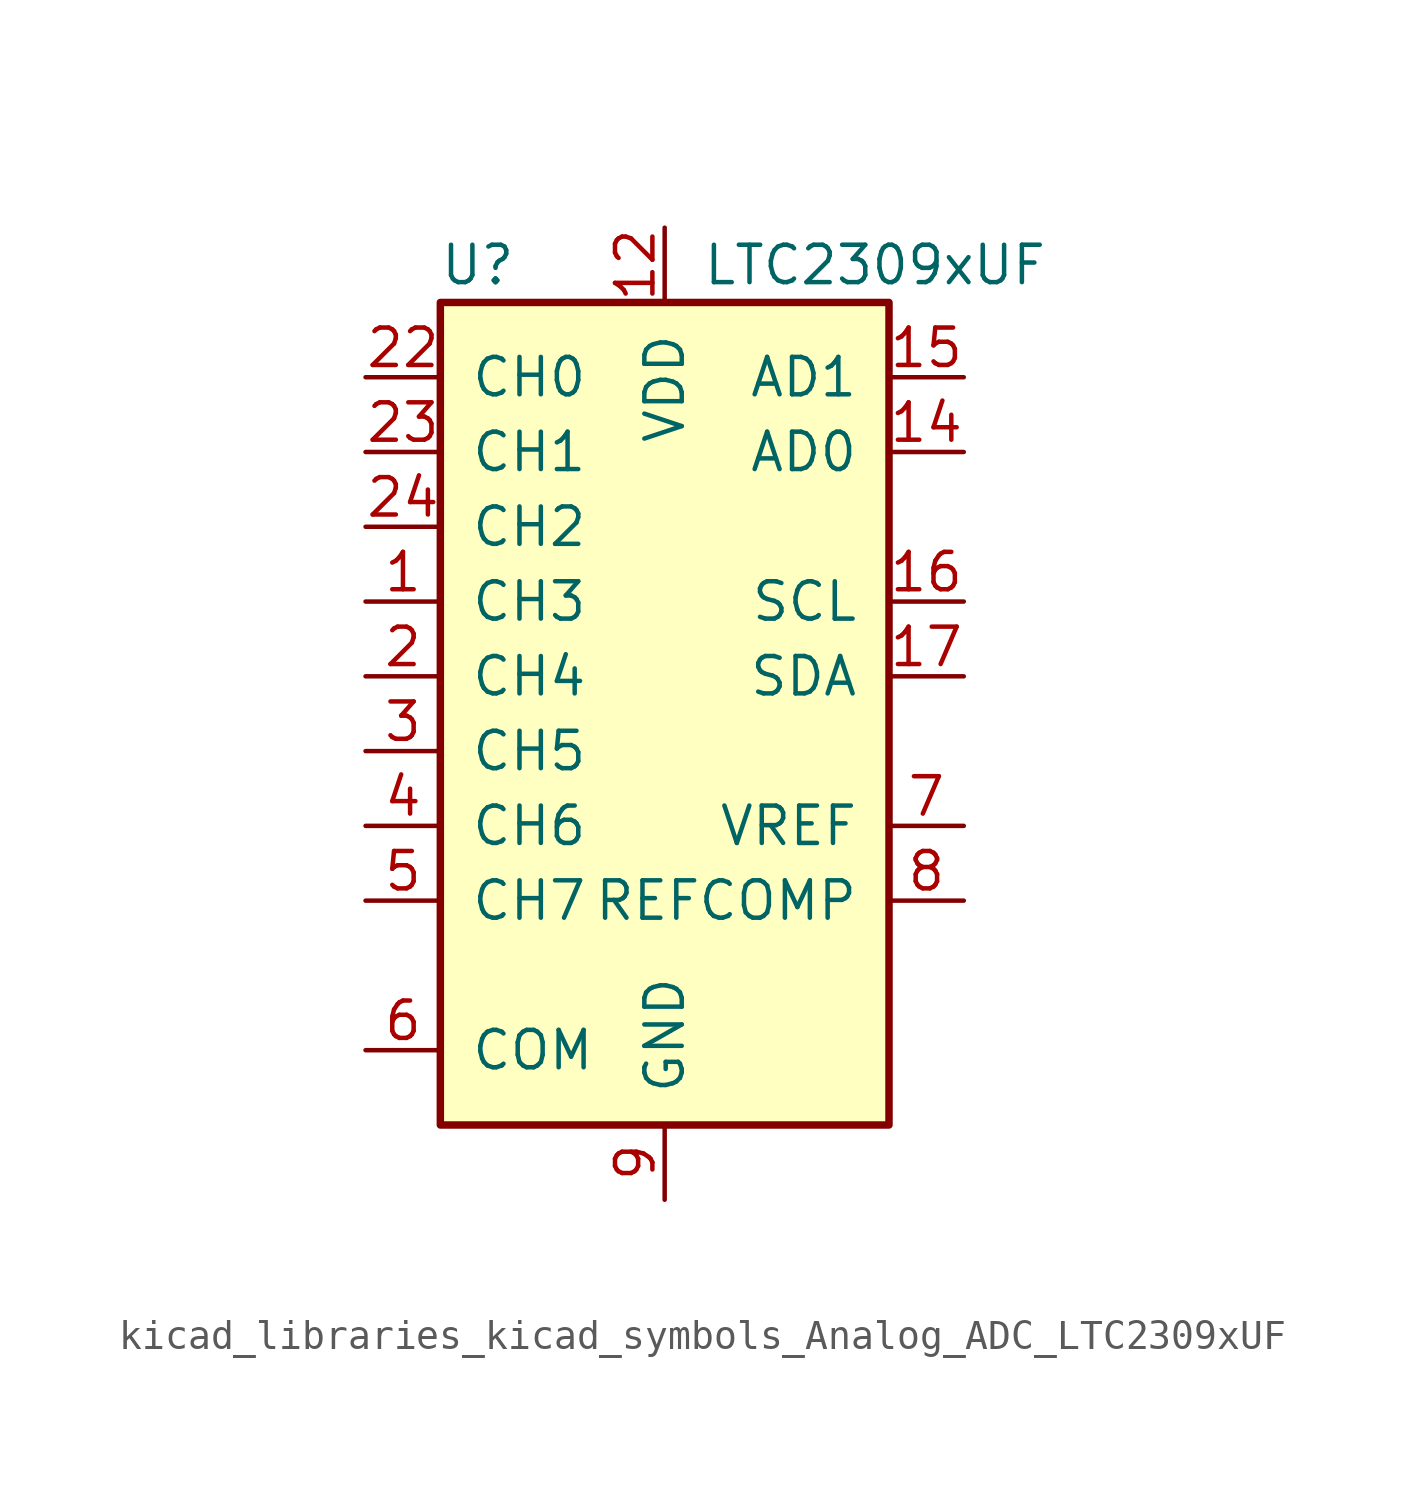
<source format=kicad_sym>
(kicad_symbol_lib
  (version 20220914)
  (generator kicad_symbol_editor)
  (symbol "kicad_libraries_kicad_symbols_Analog_ADC_LTC2309xUF"
    (pin_names
      (offset 1.016))
    (property "Reference" "U"
      (at -6.35 13.97 0)
      (effects (font (size 1.27 1.27))))
    (property "Value" "LTC2309xUF"
      (at 1.27 13.97 0)
      (effects (font (size 1.27 1.27)) (justify left)))
    (symbol "kicad_libraries_kicad_symbols_Analog_ADC_LTC2309xUF_0_1"
      (rectangle (start -7.62 12.7) (end 7.62 -15.24) (stroke (width 0.254) (type default)) (fill (type background)))
      (pin input line (at -10.16 -2.54 0) (length 2.54) (name "CH5" (effects (font (size 1.27 1.27)))) (number "3" (effects (font (size 1.27 1.27))))))
    (symbol "kicad_libraries_kicad_symbols_Analog_ADC_LTC2309xUF_1_1"
      (pin input line (at -10.16 2.54 0) (length 2.54) (name "CH3" (effects (font (size 1.27 1.27)))) (number "1" (effects (font (size 1.27 1.27)))))
      (pin passive line (at 0 -17.78 90) (length 2.54) hide (name "GND" (effects (font (size 1.27 1.27)))) (number "10" (effects (font (size 1.27 1.27)))))
      (pin passive line (at 0 -17.78 90) (length 2.54) hide (name "GND" (effects (font (size 1.27 1.27)))) (number "11" (effects (font (size 1.27 1.27)))))
      (pin power_in line (at 0 15.24 270) (length 2.54) (name "VDD" (effects (font (size 1.27 1.27)))) (number "12" (effects (font (size 1.27 1.27)))))
      (pin passive line (at 0 15.24 270) (length 2.54) hide (name "VDD" (effects (font (size 1.27 1.27)))) (number "13" (effects (font (size 1.27 1.27)))))
      (pin input line (at 10.16 7.62 180) (length 2.54) (name "AD0" (effects (font (size 1.27 1.27)))) (number "14" (effects (font (size 1.27 1.27)))))
      (pin input line (at 10.16 10.16 180) (length 2.54) (name "AD1" (effects (font (size 1.27 1.27)))) (number "15" (effects (font (size 1.27 1.27)))))
      (pin input line (at 10.16 2.54 180) (length 2.54) (name "SCL" (effects (font (size 1.27 1.27)))) (number "16" (effects (font (size 1.27 1.27)))))
      (pin bidirectional line (at 10.16 0 180) (length 2.54) (name "SDA" (effects (font (size 1.27 1.27)))) (number "17" (effects (font (size 1.27 1.27)))))
      (pin passive line (at 0 -17.78 90) (length 2.54) hide (name "GND" (effects (font (size 1.27 1.27)))) (number "18" (effects (font (size 1.27 1.27)))))
      (pin passive line (at 0 -17.78 90) (length 2.54) hide (name "GND" (effects (font (size 1.27 1.27)))) (number "19" (effects (font (size 1.27 1.27)))))
      (pin input line (at -10.16 0 0) (length 2.54) (name "CH4" (effects (font (size 1.27 1.27)))) (number "2" (effects (font (size 1.27 1.27)))))
      (pin passive line (at 0 -17.78 90) (length 2.54) hide (name "GND" (effects (font (size 1.27 1.27)))) (number "20" (effects (font (size 1.27 1.27)))))
      (pin passive line (at 0 15.24 270) (length 2.54) hide (name "VDD" (effects (font (size 1.27 1.27)))) (number "21" (effects (font (size 1.27 1.27)))))
      (pin input line (at -10.16 10.16 0) (length 2.54) (name "CH0" (effects (font (size 1.27 1.27)))) (number "22" (effects (font (size 1.27 1.27)))))
      (pin input line (at -10.16 7.62 0) (length 2.54) (name "CH1" (effects (font (size 1.27 1.27)))) (number "23" (effects (font (size 1.27 1.27)))))
      (pin input line (at -10.16 5.08 0) (length 2.54) (name "CH2" (effects (font (size 1.27 1.27)))) (number "24" (effects (font (size 1.27 1.27)))))
      (pin passive line (at 0 -17.78 90) (length 2.54) hide (name "GND" (effects (font (size 1.27 1.27)))) (number "25" (effects (font (size 1.27 1.27)))))
      (pin input line (at -10.16 -5.08 0) (length 2.54) (name "CH6" (effects (font (size 1.27 1.27)))) (number "4" (effects (font (size 1.27 1.27)))))
      (pin input line (at -10.16 -7.62 0) (length 2.54) (name "CH7" (effects (font (size 1.27 1.27)))) (number "5" (effects (font (size 1.27 1.27)))))
      (pin input line (at -10.16 -12.7 0) (length 2.54) (name "COM" (effects (font (size 1.27 1.27)))) (number "6" (effects (font (size 1.27 1.27)))))
      (pin input line (at 10.16 -5.08 180) (length 2.54) (name "VREF" (effects (font (size 1.27 1.27)))) (number "7" (effects (font (size 1.27 1.27)))))
      (pin input line (at 10.16 -7.62 180) (length 2.54) (name "REFCOMP" (effects (font (size 1.27 1.27)))) (number "8" (effects (font (size 1.27 1.27)))))
      (pin power_in line (at 0 -17.78 90) (length 2.54) (name "GND" (effects (font (size 1.27 1.27)))) (number "9" (effects (font (size 1.27 1.27))))))))
</source>
